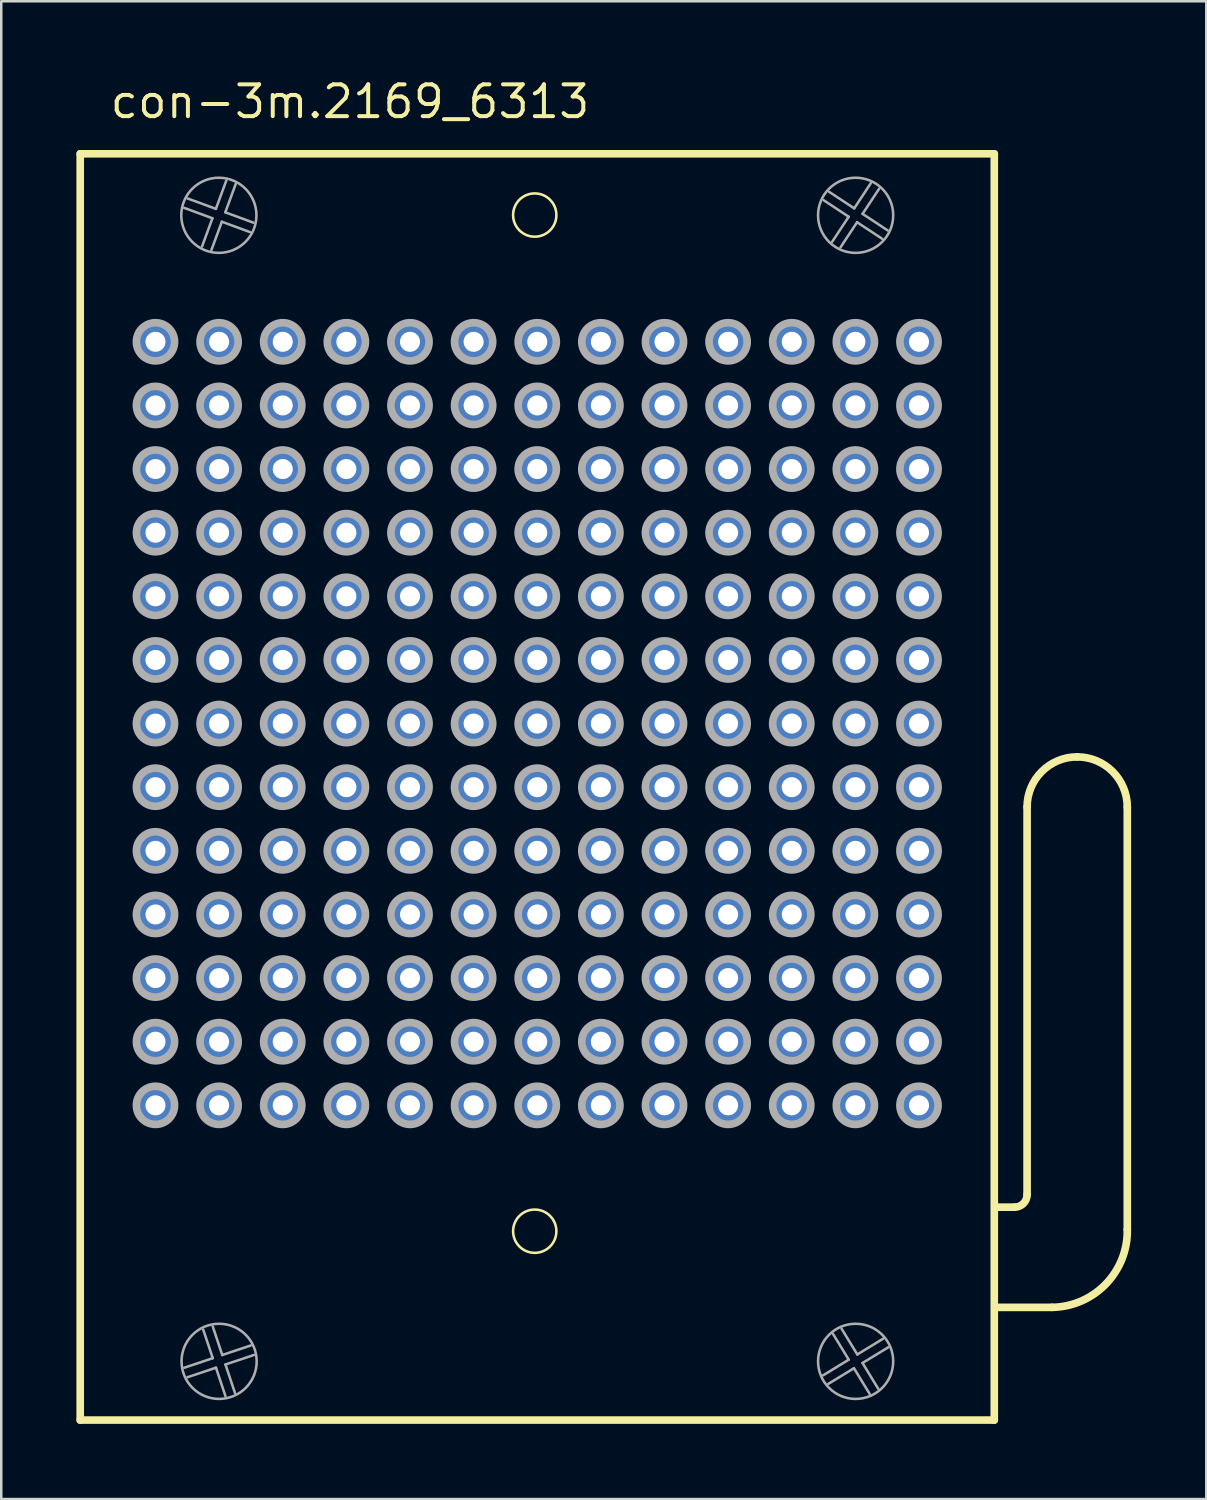
<source format=kicad_pcb>
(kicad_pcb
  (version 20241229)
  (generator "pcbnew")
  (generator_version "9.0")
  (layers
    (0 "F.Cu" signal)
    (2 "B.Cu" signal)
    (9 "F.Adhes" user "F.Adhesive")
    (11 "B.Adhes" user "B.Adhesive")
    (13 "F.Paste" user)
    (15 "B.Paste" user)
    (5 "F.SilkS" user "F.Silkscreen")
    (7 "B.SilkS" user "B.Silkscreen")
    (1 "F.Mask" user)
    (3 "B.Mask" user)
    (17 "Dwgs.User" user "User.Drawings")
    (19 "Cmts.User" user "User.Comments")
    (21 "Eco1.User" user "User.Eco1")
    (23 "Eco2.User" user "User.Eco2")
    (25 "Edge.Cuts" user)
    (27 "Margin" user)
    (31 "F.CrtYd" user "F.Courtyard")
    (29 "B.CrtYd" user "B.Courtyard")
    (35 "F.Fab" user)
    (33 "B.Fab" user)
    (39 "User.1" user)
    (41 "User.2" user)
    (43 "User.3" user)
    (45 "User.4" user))
  (footprint "con-3m.2169_6313"
    (layer "F.Cu")
    (at 18.397 25.835)
    (property "Reference" "con-3m.2169_6313" (at -17.135 -24.085 0) (layer "F.SilkS") (effects (font (size 1.27 1.27) (thickness 0.16)) (justify left bottom)))
    (attr through_hole)
    (fp_line (start -18.245 -22.745) (end 18.245 -22.745) (stroke (width 0.305) (type default)) (layer "F.SilkS"))
    (fp_line (start -18.245 27.805) (end -18.245 -22.745) (stroke (width 0.305) (type default)) (layer "F.SilkS"))
    (fp_line (start 18.245 -22.745) (end 18.245 27.805) (stroke (width 0.305) (type default)) (layer "F.SilkS"))
    (fp_line (start 18.245 27.805) (end -18.245 27.805) (stroke (width 0.305) (type default)) (layer "F.SilkS"))
    (fp_line (start 19.055 19.305) (end 18.291 19.305) (stroke (width 0.305) (type default)) (layer "F.SilkS"))
    (fp_line (start 19.555 18.805) (end 19.555 3.33) (stroke (width 0.305) (type default)) (layer "F.SilkS"))
    (fp_line (start 20.555 23.305) (end 18.291 23.305) (stroke (width 0.305) (type default)) (layer "F.SilkS"))
    (fp_line (start 23.555 3.33) (end 23.555 20.2) (stroke (width 0.305) (type default)) (layer "F.SilkS"))
    (fp_arc (start 19.555 3.33) (mid 20.140786 1.915786) (end 21.555 1.33) (stroke (width 0.3048) (type default)) (layer "F.SilkS"))
    (fp_arc (start 19.555 18.805) (mid 19.408553 19.158553) (end 19.055 19.305) (stroke (width 0.3048) (type default)) (layer "F.SilkS"))
    (fp_arc (start 21.555 1.33) (mid 22.969214 1.915786) (end 23.555 3.33) (stroke (width 0.3048) (type default)) (layer "F.SilkS"))
    (fp_arc (start 23.555 20.2) (mid 22.698067 22.37382) (end 20.555 23.305) (stroke (width 0.3048) (type default)) (layer "F.SilkS"))
    (fp_circle (center -0.1 -20.3) (end 0.764 -20.3) (stroke (width 0.102) (type default)) (fill no) (layer "F.SilkS"))
    (fp_circle (center -0.1 20.265) (end 0.764 20.265) (stroke (width 0.102) (type default)) (fill no) (layer "F.SilkS"))
    (fp_line (start -14.091 25.715) (end -12.953 25.334) (stroke (width 0.102) (type default)) (layer "F.Fab"))
    (fp_line (start -13.955 -20.961) (end -12.829 -20.547) (stroke (width 0.102) (type default)) (layer "F.Fab"))
    (fp_line (start -13.381 -19.045) (end -12.967 -20.171) (stroke (width 0.102) (type default)) (layer "F.Fab"))
    (fp_line (start -12.967 -20.171) (end -14.093 -20.586) (stroke (width 0.102) (type default)) (layer "F.Fab"))
    (fp_line (start -12.954 24.069) (end -12.574 25.207) (stroke (width 0.102) (type default)) (layer "F.Fab"))
    (fp_line (start -12.953 25.334) (end -13.334 24.196) (stroke (width 0.102) (type default)) (layer "F.Fab"))
    (fp_line (start -12.829 -20.547) (end -12.414 -21.673) (stroke (width 0.102) (type default)) (layer "F.Fab"))
    (fp_line (start -12.826 25.713) (end -13.964 26.094) (stroke (width 0.102) (type default)) (layer "F.Fab"))
    (fp_line (start -12.591 -20.033) (end -13.006 -18.907) (stroke (width 0.102) (type default)) (layer "F.Fab"))
    (fp_line (start -12.574 25.207) (end -11.436 24.826) (stroke (width 0.102) (type default)) (layer "F.Fab"))
    (fp_line (start -12.453 -20.409) (end -11.327 -19.994) (stroke (width 0.102) (type default)) (layer "F.Fab"))
    (fp_line (start -12.447 25.586) (end -12.066 26.724) (stroke (width 0.102) (type default)) (layer "F.Fab"))
    (fp_line (start -12.445 26.851) (end -12.826 25.713) (stroke (width 0.102) (type default)) (layer "F.Fab"))
    (fp_line (start -12.039 -21.535) (end -12.453 -20.409) (stroke (width 0.102) (type default)) (layer "F.Fab"))
    (fp_line (start -11.465 -19.619) (end -12.591 -20.033) (stroke (width 0.102) (type default)) (layer "F.Fab"))
    (fp_line (start -11.309 25.205) (end -12.447 25.586) (stroke (width 0.102) (type default)) (layer "F.Fab"))
    (fp_line (start 11.411 26.019) (end 12.435 25.393) (stroke (width 0.102) (type default)) (layer "F.Fab"))
    (fp_line (start 11.651 -21.228) (end 12.653 -20.567) (stroke (width 0.102) (type default)) (layer "F.Fab"))
    (fp_line (start 11.772 -19.231) (end 12.433 -20.233) (stroke (width 0.102) (type default)) (layer "F.Fab"))
    (fp_line (start 12.151 24.161) (end 12.777 25.185) (stroke (width 0.102) (type default)) (layer "F.Fab"))
    (fp_line (start 12.433 -20.233) (end 11.431 -20.894) (stroke (width 0.102) (type default)) (layer "F.Fab"))
    (fp_line (start 12.435 25.393) (end 11.81 24.369) (stroke (width 0.102) (type default)) (layer "F.Fab"))
    (fp_line (start 12.643 25.735) (end 11.619 26.36) (stroke (width 0.102) (type default)) (layer "F.Fab"))
    (fp_line (start 12.653 -20.567) (end 13.314 -21.569) (stroke (width 0.102) (type default)) (layer "F.Fab"))
    (fp_line (start 12.767 -20.013) (end 12.106 -19.011) (stroke (width 0.102) (type default)) (layer "F.Fab"))
    (fp_line (start 12.777 25.185) (end 13.801 24.56) (stroke (width 0.102) (type default)) (layer "F.Fab"))
    (fp_line (start 12.985 25.526) (end 13.61 26.551) (stroke (width 0.102) (type default)) (layer "F.Fab"))
    (fp_line (start 12.987 -20.347) (end 13.989 -19.686) (stroke (width 0.102) (type default)) (layer "F.Fab"))
    (fp_line (start 13.269 26.759) (end 12.643 25.735) (stroke (width 0.102) (type default)) (layer "F.Fab"))
    (fp_line (start 13.648 -21.349) (end 12.987 -20.347) (stroke (width 0.102) (type default)) (layer "F.Fab"))
    (fp_line (start 13.769 -19.352) (end 12.767 -20.013) (stroke (width 0.102) (type default)) (layer "F.Fab"))
    (fp_line (start 14.009 24.901) (end 12.985 25.526) (stroke (width 0.102) (type default)) (layer "F.Fab"))
    (fp_circle (center -15.24 -15.24) (end -14.478 -15.24) (stroke (width 0.305) (type default)) (fill no) (layer "F.Fab"))
    (fp_circle (center -15.24 -12.7) (end -14.478 -12.7) (stroke (width 0.305) (type default)) (fill no) (layer "F.Fab"))
    (fp_circle (center -15.24 -10.16) (end -14.478 -10.16) (stroke (width 0.305) (type default)) (fill no) (layer "F.Fab"))
    (fp_circle (center -15.24 -7.62) (end -14.478 -7.62) (stroke (width 0.305) (type default)) (fill no) (layer "F.Fab"))
    (fp_circle (center -15.24 -5.08) (end -14.478 -5.08) (stroke (width 0.305) (type default)) (fill no) (layer "F.Fab"))
    (fp_circle (center -15.24 -2.54) (end -14.478 -2.54) (stroke (width 0.305) (type default)) (fill no) (layer "F.Fab"))
    (fp_circle (center -15.24 0) (end -14.478 0) (stroke (width 0.305) (type default)) (fill no) (layer "F.Fab"))
    (fp_circle (center -15.24 2.54) (end -14.478 2.54) (stroke (width 0.305) (type default)) (fill no) (layer "F.Fab"))
    (fp_circle (center -15.24 5.08) (end -14.478 5.08) (stroke (width 0.305) (type default)) (fill no) (layer "F.Fab"))
    (fp_circle (center -15.24 7.62) (end -14.478 7.62) (stroke (width 0.305) (type default)) (fill no) (layer "F.Fab"))
    (fp_circle (center -15.24 10.16) (end -14.478 10.16) (stroke (width 0.305) (type default)) (fill no) (layer "F.Fab"))
    (fp_circle (center -15.24 12.7) (end -14.478 12.7) (stroke (width 0.305) (type default)) (fill no) (layer "F.Fab"))
    (fp_circle (center -15.24 15.24) (end -14.478 15.24) (stroke (width 0.305) (type default)) (fill no) (layer "F.Fab"))
    (fp_circle (center -12.71 -20.29) (end -11.21 -20.29) (stroke (width 0.102) (type default)) (fill no) (layer "F.Fab"))
    (fp_circle (center -12.7 -15.24) (end -11.938 -15.24) (stroke (width 0.305) (type default)) (fill no) (layer "F.Fab"))
    (fp_circle (center -12.7 -12.7) (end -11.938 -12.7) (stroke (width 0.305) (type default)) (fill no) (layer "F.Fab"))
    (fp_circle (center -12.7 -10.16) (end -11.938 -10.16) (stroke (width 0.305) (type default)) (fill no) (layer "F.Fab"))
    (fp_circle (center -12.7 -7.62) (end -11.938 -7.62) (stroke (width 0.305) (type default)) (fill no) (layer "F.Fab"))
    (fp_circle (center -12.7 -5.08) (end -11.938 -5.08) (stroke (width 0.305) (type default)) (fill no) (layer "F.Fab"))
    (fp_circle (center -12.7 -2.54) (end -11.938 -2.54) (stroke (width 0.305) (type default)) (fill no) (layer "F.Fab"))
    (fp_circle (center -12.7 0) (end -11.938 0) (stroke (width 0.305) (type default)) (fill no) (layer "F.Fab"))
    (fp_circle (center -12.7 2.54) (end -11.938 2.54) (stroke (width 0.305) (type default)) (fill no) (layer "F.Fab"))
    (fp_circle (center -12.7 5.08) (end -11.938 5.08) (stroke (width 0.305) (type default)) (fill no) (layer "F.Fab"))
    (fp_circle (center -12.7 7.62) (end -11.938 7.62) (stroke (width 0.305) (type default)) (fill no) (layer "F.Fab"))
    (fp_circle (center -12.7 10.16) (end -11.938 10.16) (stroke (width 0.305) (type default)) (fill no) (layer "F.Fab"))
    (fp_circle (center -12.7 12.7) (end -11.938 12.7) (stroke (width 0.305) (type default)) (fill no) (layer "F.Fab"))
    (fp_circle (center -12.7 15.24) (end -11.938 15.24) (stroke (width 0.305) (type default)) (fill no) (layer "F.Fab"))
    (fp_circle (center -12.7 25.46) (end -11.2 25.46) (stroke (width 0.102) (type default)) (fill no) (layer "F.Fab"))
    (fp_circle (center -10.16 -15.24) (end -9.398 -15.24) (stroke (width 0.305) (type default)) (fill no) (layer "F.Fab"))
    (fp_circle (center -10.16 -12.7) (end -9.398 -12.7) (stroke (width 0.305) (type default)) (fill no) (layer "F.Fab"))
    (fp_circle (center -10.16 -10.16) (end -9.398 -10.16) (stroke (width 0.305) (type default)) (fill no) (layer "F.Fab"))
    (fp_circle (center -10.16 -7.62) (end -9.398 -7.62) (stroke (width 0.305) (type default)) (fill no) (layer "F.Fab"))
    (fp_circle (center -10.16 -5.08) (end -9.398 -5.08) (stroke (width 0.305) (type default)) (fill no) (layer "F.Fab"))
    (fp_circle (center -10.16 -2.54) (end -9.398 -2.54) (stroke (width 0.305) (type default)) (fill no) (layer "F.Fab"))
    (fp_circle (center -10.16 0) (end -9.398 0) (stroke (width 0.305) (type default)) (fill no) (layer "F.Fab"))
    (fp_circle (center -10.16 2.54) (end -9.398 2.54) (stroke (width 0.305) (type default)) (fill no) (layer "F.Fab"))
    (fp_circle (center -10.16 5.08) (end -9.398 5.08) (stroke (width 0.305) (type default)) (fill no) (layer "F.Fab"))
    (fp_circle (center -10.16 7.62) (end -9.398 7.62) (stroke (width 0.305) (type default)) (fill no) (layer "F.Fab"))
    (fp_circle (center -10.16 10.16) (end -9.398 10.16) (stroke (width 0.305) (type default)) (fill no) (layer "F.Fab"))
    (fp_circle (center -10.16 12.7) (end -9.398 12.7) (stroke (width 0.305) (type default)) (fill no) (layer "F.Fab"))
    (fp_circle (center -10.16 15.24) (end -9.398 15.24) (stroke (width 0.305) (type default)) (fill no) (layer "F.Fab"))
    (fp_circle (center -7.62 -15.24) (end -6.858 -15.24) (stroke (width 0.305) (type default)) (fill no) (layer "F.Fab"))
    (fp_circle (center -7.62 -12.7) (end -6.858 -12.7) (stroke (width 0.305) (type default)) (fill no) (layer "F.Fab"))
    (fp_circle (center -7.62 -10.16) (end -6.858 -10.16) (stroke (width 0.305) (type default)) (fill no) (layer "F.Fab"))
    (fp_circle (center -7.62 -7.62) (end -6.858 -7.62) (stroke (width 0.305) (type default)) (fill no) (layer "F.Fab"))
    (fp_circle (center -7.62 -5.08) (end -6.858 -5.08) (stroke (width 0.305) (type default)) (fill no) (layer "F.Fab"))
    (fp_circle (center -7.62 -2.54) (end -6.858 -2.54) (stroke (width 0.305) (type default)) (fill no) (layer "F.Fab"))
    (fp_circle (center -7.62 0) (end -6.858 0) (stroke (width 0.305) (type default)) (fill no) (layer "F.Fab"))
    (fp_circle (center -7.62 2.54) (end -6.858 2.54) (stroke (width 0.305) (type default)) (fill no) (layer "F.Fab"))
    (fp_circle (center -7.62 5.08) (end -6.858 5.08) (stroke (width 0.305) (type default)) (fill no) (layer "F.Fab"))
    (fp_circle (center -7.62 7.62) (end -6.858 7.62) (stroke (width 0.305) (type default)) (fill no) (layer "F.Fab"))
    (fp_circle (center -7.62 10.16) (end -6.858 10.16) (stroke (width 0.305) (type default)) (fill no) (layer "F.Fab"))
    (fp_circle (center -7.62 12.7) (end -6.858 12.7) (stroke (width 0.305) (type default)) (fill no) (layer "F.Fab"))
    (fp_circle (center -7.62 15.24) (end -6.858 15.24) (stroke (width 0.305) (type default)) (fill no) (layer "F.Fab"))
    (fp_circle (center -5.08 -15.24) (end -4.318 -15.24) (stroke (width 0.305) (type default)) (fill no) (layer "F.Fab"))
    (fp_circle (center -5.08 -12.7) (end -4.318 -12.7) (stroke (width 0.305) (type default)) (fill no) (layer "F.Fab"))
    (fp_circle (center -5.08 -10.16) (end -4.318 -10.16) (stroke (width 0.305) (type default)) (fill no) (layer "F.Fab"))
    (fp_circle (center -5.08 -7.62) (end -4.318 -7.62) (stroke (width 0.305) (type default)) (fill no) (layer "F.Fab"))
    (fp_circle (center -5.08 -5.08) (end -4.318 -5.08) (stroke (width 0.305) (type default)) (fill no) (layer "F.Fab"))
    (fp_circle (center -5.08 -2.54) (end -4.318 -2.54) (stroke (width 0.305) (type default)) (fill no) (layer "F.Fab"))
    (fp_circle (center -5.08 0) (end -4.318 0) (stroke (width 0.305) (type default)) (fill no) (layer "F.Fab"))
    (fp_circle (center -5.08 2.54) (end -4.318 2.54) (stroke (width 0.305) (type default)) (fill no) (layer "F.Fab"))
    (fp_circle (center -5.08 5.08) (end -4.318 5.08) (stroke (width 0.305) (type default)) (fill no) (layer "F.Fab"))
    (fp_circle (center -5.08 7.62) (end -4.318 7.62) (stroke (width 0.305) (type default)) (fill no) (layer "F.Fab"))
    (fp_circle (center -5.08 10.16) (end -4.318 10.16) (stroke (width 0.305) (type default)) (fill no) (layer "F.Fab"))
    (fp_circle (center -5.08 12.7) (end -4.318 12.7) (stroke (width 0.305) (type default)) (fill no) (layer "F.Fab"))
    (fp_circle (center -5.08 15.24) (end -4.318 15.24) (stroke (width 0.305) (type default)) (fill no) (layer "F.Fab"))
    (fp_circle (center -2.54 -15.24) (end -1.778 -15.24) (stroke (width 0.305) (type default)) (fill no) (layer "F.Fab"))
    (fp_circle (center -2.54 -12.7) (end -1.778 -12.7) (stroke (width 0.305) (type default)) (fill no) (layer "F.Fab"))
    (fp_circle (center -2.54 -10.16) (end -1.778 -10.16) (stroke (width 0.305) (type default)) (fill no) (layer "F.Fab"))
    (fp_circle (center -2.54 -7.62) (end -1.778 -7.62) (stroke (width 0.305) (type default)) (fill no) (layer "F.Fab"))
    (fp_circle (center -2.54 -5.08) (end -1.778 -5.08) (stroke (width 0.305) (type default)) (fill no) (layer "F.Fab"))
    (fp_circle (center -2.54 -2.54) (end -1.778 -2.54) (stroke (width 0.305) (type default)) (fill no) (layer "F.Fab"))
    (fp_circle (center -2.54 0) (end -1.778 0) (stroke (width 0.305) (type default)) (fill no) (layer "F.Fab"))
    (fp_circle (center -2.54 2.54) (end -1.778 2.54) (stroke (width 0.305) (type default)) (fill no) (layer "F.Fab"))
    (fp_circle (center -2.54 5.08) (end -1.778 5.08) (stroke (width 0.305) (type default)) (fill no) (layer "F.Fab"))
    (fp_circle (center -2.54 7.62) (end -1.778 7.62) (stroke (width 0.305) (type default)) (fill no) (layer "F.Fab"))
    (fp_circle (center -2.54 10.16) (end -1.778 10.16) (stroke (width 0.305) (type default)) (fill no) (layer "F.Fab"))
    (fp_circle (center -2.54 12.7) (end -1.778 12.7) (stroke (width 0.305) (type default)) (fill no) (layer "F.Fab"))
    (fp_circle (center -2.54 15.24) (end -1.778 15.24) (stroke (width 0.305) (type default)) (fill no) (layer "F.Fab"))
    (fp_circle (center 0 -15.24) (end 0.762 -15.24) (stroke (width 0.305) (type default)) (fill no) (layer "F.Fab"))
    (fp_circle (center 0 -12.7) (end 0.762 -12.7) (stroke (width 0.305) (type default)) (fill no) (layer "F.Fab"))
    (fp_circle (center 0 -10.16) (end 0.762 -10.16) (stroke (width 0.305) (type default)) (fill no) (layer "F.Fab"))
    (fp_circle (center 0 -7.62) (end 0.762 -7.62) (stroke (width 0.305) (type default)) (fill no) (layer "F.Fab"))
    (fp_circle (center 0 -5.08) (end 0.762 -5.08) (stroke (width 0.305) (type default)) (fill no) (layer "F.Fab"))
    (fp_circle (center 0 -2.54) (end 0.762 -2.54) (stroke (width 0.305) (type default)) (fill no) (layer "F.Fab"))
    (fp_circle (center 0 0) (end 0.762 0) (stroke (width 0.305) (type default)) (fill no) (layer "F.Fab"))
    (fp_circle (center 0 2.54) (end 0.762 2.54) (stroke (width 0.305) (type default)) (fill no) (layer "F.Fab"))
    (fp_circle (center 0 5.08) (end 0.762 5.08) (stroke (width 0.305) (type default)) (fill no) (layer "F.Fab"))
    (fp_circle (center 0 7.62) (end 0.762 7.62) (stroke (width 0.305) (type default)) (fill no) (layer "F.Fab"))
    (fp_circle (center 0 10.16) (end 0.762 10.16) (stroke (width 0.305) (type default)) (fill no) (layer "F.Fab"))
    (fp_circle (center 0 12.7) (end 0.762 12.7) (stroke (width 0.305) (type default)) (fill no) (layer "F.Fab"))
    (fp_circle (center 0 15.24) (end 0.762 15.24) (stroke (width 0.305) (type default)) (fill no) (layer "F.Fab"))
    (fp_circle (center 2.54 -15.24) (end 3.302 -15.24) (stroke (width 0.305) (type default)) (fill no) (layer "F.Fab"))
    (fp_circle (center 2.54 -12.7) (end 3.302 -12.7) (stroke (width 0.305) (type default)) (fill no) (layer "F.Fab"))
    (fp_circle (center 2.54 -10.16) (end 3.302 -10.16) (stroke (width 0.305) (type default)) (fill no) (layer "F.Fab"))
    (fp_circle (center 2.54 -7.62) (end 3.302 -7.62) (stroke (width 0.305) (type default)) (fill no) (layer "F.Fab"))
    (fp_circle (center 2.54 -5.08) (end 3.302 -5.08) (stroke (width 0.305) (type default)) (fill no) (layer "F.Fab"))
    (fp_circle (center 2.54 -2.54) (end 3.302 -2.54) (stroke (width 0.305) (type default)) (fill no) (layer "F.Fab"))
    (fp_circle (center 2.54 0) (end 3.302 0) (stroke (width 0.305) (type default)) (fill no) (layer "F.Fab"))
    (fp_circle (center 2.54 2.54) (end 3.302 2.54) (stroke (width 0.305) (type default)) (fill no) (layer "F.Fab"))
    (fp_circle (center 2.54 5.08) (end 3.302 5.08) (stroke (width 0.305) (type default)) (fill no) (layer "F.Fab"))
    (fp_circle (center 2.54 7.62) (end 3.302 7.62) (stroke (width 0.305) (type default)) (fill no) (layer "F.Fab"))
    (fp_circle (center 2.54 10.16) (end 3.302 10.16) (stroke (width 0.305) (type default)) (fill no) (layer "F.Fab"))
    (fp_circle (center 2.54 12.7) (end 3.302 12.7) (stroke (width 0.305) (type default)) (fill no) (layer "F.Fab"))
    (fp_circle (center 2.54 15.24) (end 3.302 15.24) (stroke (width 0.305) (type default)) (fill no) (layer "F.Fab"))
    (fp_circle (center 5.08 -15.24) (end 5.842 -15.24) (stroke (width 0.305) (type default)) (fill no) (layer "F.Fab"))
    (fp_circle (center 5.08 -12.7) (end 5.842 -12.7) (stroke (width 0.305) (type default)) (fill no) (layer "F.Fab"))
    (fp_circle (center 5.08 -10.16) (end 5.842 -10.16) (stroke (width 0.305) (type default)) (fill no) (layer "F.Fab"))
    (fp_circle (center 5.08 -7.62) (end 5.842 -7.62) (stroke (width 0.305) (type default)) (fill no) (layer "F.Fab"))
    (fp_circle (center 5.08 -5.08) (end 5.842 -5.08) (stroke (width 0.305) (type default)) (fill no) (layer "F.Fab"))
    (fp_circle (center 5.08 -2.54) (end 5.842 -2.54) (stroke (width 0.305) (type default)) (fill no) (layer "F.Fab"))
    (fp_circle (center 5.08 0) (end 5.842 0) (stroke (width 0.305) (type default)) (fill no) (layer "F.Fab"))
    (fp_circle (center 5.08 2.54) (end 5.842 2.54) (stroke (width 0.305) (type default)) (fill no) (layer "F.Fab"))
    (fp_circle (center 5.08 5.08) (end 5.842 5.08) (stroke (width 0.305) (type default)) (fill no) (layer "F.Fab"))
    (fp_circle (center 5.08 7.62) (end 5.842 7.62) (stroke (width 0.305) (type default)) (fill no) (layer "F.Fab"))
    (fp_circle (center 5.08 10.16) (end 5.842 10.16) (stroke (width 0.305) (type default)) (fill no) (layer "F.Fab"))
    (fp_circle (center 5.08 12.7) (end 5.842 12.7) (stroke (width 0.305) (type default)) (fill no) (layer "F.Fab"))
    (fp_circle (center 5.08 15.24) (end 5.842 15.24) (stroke (width 0.305) (type default)) (fill no) (layer "F.Fab"))
    (fp_circle (center 7.62 -15.24) (end 8.382 -15.24) (stroke (width 0.305) (type default)) (fill no) (layer "F.Fab"))
    (fp_circle (center 7.62 -12.7) (end 8.382 -12.7) (stroke (width 0.305) (type default)) (fill no) (layer "F.Fab"))
    (fp_circle (center 7.62 -10.16) (end 8.382 -10.16) (stroke (width 0.305) (type default)) (fill no) (layer "F.Fab"))
    (fp_circle (center 7.62 -7.62) (end 8.382 -7.62) (stroke (width 0.305) (type default)) (fill no) (layer "F.Fab"))
    (fp_circle (center 7.62 -5.08) (end 8.382 -5.08) (stroke (width 0.305) (type default)) (fill no) (layer "F.Fab"))
    (fp_circle (center 7.62 -2.54) (end 8.382 -2.54) (stroke (width 0.305) (type default)) (fill no) (layer "F.Fab"))
    (fp_circle (center 7.62 0) (end 8.382 0) (stroke (width 0.305) (type default)) (fill no) (layer "F.Fab"))
    (fp_circle (center 7.62 2.54) (end 8.382 2.54) (stroke (width 0.305) (type default)) (fill no) (layer "F.Fab"))
    (fp_circle (center 7.62 5.08) (end 8.382 5.08) (stroke (width 0.305) (type default)) (fill no) (layer "F.Fab"))
    (fp_circle (center 7.62 7.62) (end 8.382 7.62) (stroke (width 0.305) (type default)) (fill no) (layer "F.Fab"))
    (fp_circle (center 7.62 10.16) (end 8.382 10.16) (stroke (width 0.305) (type default)) (fill no) (layer "F.Fab"))
    (fp_circle (center 7.62 12.7) (end 8.382 12.7) (stroke (width 0.305) (type default)) (fill no) (layer "F.Fab"))
    (fp_circle (center 7.62 15.24) (end 8.382 15.24) (stroke (width 0.305) (type default)) (fill no) (layer "F.Fab"))
    (fp_circle (center 10.16 -15.24) (end 10.922 -15.24) (stroke (width 0.305) (type default)) (fill no) (layer "F.Fab"))
    (fp_circle (center 10.16 -12.7) (end 10.922 -12.7) (stroke (width 0.305) (type default)) (fill no) (layer "F.Fab"))
    (fp_circle (center 10.16 -10.16) (end 10.922 -10.16) (stroke (width 0.305) (type default)) (fill no) (layer "F.Fab"))
    (fp_circle (center 10.16 -7.62) (end 10.922 -7.62) (stroke (width 0.305) (type default)) (fill no) (layer "F.Fab"))
    (fp_circle (center 10.16 -5.08) (end 10.922 -5.08) (stroke (width 0.305) (type default)) (fill no) (layer "F.Fab"))
    (fp_circle (center 10.16 -2.54) (end 10.922 -2.54) (stroke (width 0.305) (type default)) (fill no) (layer "F.Fab"))
    (fp_circle (center 10.16 0) (end 10.922 0) (stroke (width 0.305) (type default)) (fill no) (layer "F.Fab"))
    (fp_circle (center 10.16 2.54) (end 10.922 2.54) (stroke (width 0.305) (type default)) (fill no) (layer "F.Fab"))
    (fp_circle (center 10.16 5.08) (end 10.922 5.08) (stroke (width 0.305) (type default)) (fill no) (layer "F.Fab"))
    (fp_circle (center 10.16 7.62) (end 10.922 7.62) (stroke (width 0.305) (type default)) (fill no) (layer "F.Fab"))
    (fp_circle (center 10.16 10.16) (end 10.922 10.16) (stroke (width 0.305) (type default)) (fill no) (layer "F.Fab"))
    (fp_circle (center 10.16 12.7) (end 10.922 12.7) (stroke (width 0.305) (type default)) (fill no) (layer "F.Fab"))
    (fp_circle (center 10.16 15.24) (end 10.922 15.24) (stroke (width 0.305) (type default)) (fill no) (layer "F.Fab"))
    (fp_circle (center 12.7 -15.24) (end 13.462 -15.24) (stroke (width 0.305) (type default)) (fill no) (layer "F.Fab"))
    (fp_circle (center 12.7 -12.7) (end 13.462 -12.7) (stroke (width 0.305) (type default)) (fill no) (layer "F.Fab"))
    (fp_circle (center 12.7 -10.16) (end 13.462 -10.16) (stroke (width 0.305) (type default)) (fill no) (layer "F.Fab"))
    (fp_circle (center 12.7 -7.62) (end 13.462 -7.62) (stroke (width 0.305) (type default)) (fill no) (layer "F.Fab"))
    (fp_circle (center 12.7 -5.08) (end 13.462 -5.08) (stroke (width 0.305) (type default)) (fill no) (layer "F.Fab"))
    (fp_circle (center 12.7 -2.54) (end 13.462 -2.54) (stroke (width 0.305) (type default)) (fill no) (layer "F.Fab"))
    (fp_circle (center 12.7 0) (end 13.462 0) (stroke (width 0.305) (type default)) (fill no) (layer "F.Fab"))
    (fp_circle (center 12.7 2.54) (end 13.462 2.54) (stroke (width 0.305) (type default)) (fill no) (layer "F.Fab"))
    (fp_circle (center 12.7 5.08) (end 13.462 5.08) (stroke (width 0.305) (type default)) (fill no) (layer "F.Fab"))
    (fp_circle (center 12.7 7.62) (end 13.462 7.62) (stroke (width 0.305) (type default)) (fill no) (layer "F.Fab"))
    (fp_circle (center 12.7 10.16) (end 13.462 10.16) (stroke (width 0.305) (type default)) (fill no) (layer "F.Fab"))
    (fp_circle (center 12.7 12.7) (end 13.462 12.7) (stroke (width 0.305) (type default)) (fill no) (layer "F.Fab"))
    (fp_circle (center 12.7 15.24) (end 13.462 15.24) (stroke (width 0.305) (type default)) (fill no) (layer "F.Fab"))
    (fp_circle (center 12.71 -20.29) (end 14.21 -20.29) (stroke (width 0.102) (type default)) (fill no) (layer "F.Fab"))
    (fp_circle (center 12.71 25.46) (end 14.21 25.46) (stroke (width 0.102) (type default)) (fill no) (layer "F.Fab"))
    (fp_circle (center 15.24 -15.24) (end 16.002 -15.24) (stroke (width 0.305) (type default)) (fill no) (layer "F.Fab"))
    (fp_circle (center 15.24 -12.7) (end 16.002 -12.7) (stroke (width 0.305) (type default)) (fill no) (layer "F.Fab"))
    (fp_circle (center 15.24 -10.16) (end 16.002 -10.16) (stroke (width 0.305) (type default)) (fill no) (layer "F.Fab"))
    (fp_circle (center 15.24 -7.62) (end 16.002 -7.62) (stroke (width 0.305) (type default)) (fill no) (layer "F.Fab"))
    (fp_circle (center 15.24 -5.08) (end 16.002 -5.08) (stroke (width 0.305) (type default)) (fill no) (layer "F.Fab"))
    (fp_circle (center 15.24 -2.54) (end 16.002 -2.54) (stroke (width 0.305) (type default)) (fill no) (layer "F.Fab"))
    (fp_circle (center 15.24 0) (end 16.002 0) (stroke (width 0.305) (type default)) (fill no) (layer "F.Fab"))
    (fp_circle (center 15.24 2.54) (end 16.002 2.54) (stroke (width 0.305) (type default)) (fill no) (layer "F.Fab"))
    (fp_circle (center 15.24 5.08) (end 16.002 5.08) (stroke (width 0.305) (type default)) (fill no) (layer "F.Fab"))
    (fp_circle (center 15.24 7.62) (end 16.002 7.62) (stroke (width 0.305) (type default)) (fill no) (layer "F.Fab"))
    (fp_circle (center 15.24 10.16) (end 16.002 10.16) (stroke (width 0.305) (type default)) (fill no) (layer "F.Fab"))
    (fp_circle (center 15.24 12.7) (end 16.002 12.7) (stroke (width 0.305) (type default)) (fill no) (layer "F.Fab"))
    (fp_circle (center 15.24 15.24) (end 16.002 15.24) (stroke (width 0.305) (type default)) (fill no) (layer "F.Fab"))
    (pad "A1" thru_hole circle (at -15.24 -15.24) (size 1.4 1.4) (drill 0.8) (layers "*.Cu" "*.Mask"))
    (pad "A2" thru_hole circle (at -12.7 -15.24) (size 1.4 1.4) (drill 0.8) (layers "*.Cu" "*.Mask"))
    (pad "A3" thru_hole circle (at -10.16 -15.24) (size 1.4 1.4) (drill 0.8) (layers "*.Cu" "*.Mask"))
    (pad "A4" thru_hole circle (at -7.62 -15.24) (size 1.4 1.4) (drill 0.8) (layers "*.Cu" "*.Mask"))
    (pad "A5" thru_hole circle (at -5.08 -15.24) (size 1.4 1.4) (drill 0.8) (layers "*.Cu" "*.Mask"))
    (pad "A6" thru_hole circle (at -2.54 -15.24) (size 1.4 1.4) (drill 0.8) (layers "*.Cu" "*.Mask"))
    (pad "A7" thru_hole circle (at 0 -15.24) (size 1.4 1.4) (drill 0.8) (layers "*.Cu" "*.Mask"))
    (pad "A8" thru_hole circle (at 2.54 -15.24) (size 1.4 1.4) (drill 0.8) (layers "*.Cu" "*.Mask"))
    (pad "A9" thru_hole circle (at 5.08 -15.24) (size 1.4 1.4) (drill 0.8) (layers "*.Cu" "*.Mask"))
    (pad "A10" thru_hole circle (at 7.62 -15.24) (size 1.4 1.4) (drill 0.8) (layers "*.Cu" "*.Mask"))
    (pad "A11" thru_hole circle (at 10.16 -15.24) (size 1.4 1.4) (drill 0.8) (layers "*.Cu" "*.Mask"))
    (pad "A12" thru_hole circle (at 12.7 -15.24) (size 1.4 1.4) (drill 0.8) (layers "*.Cu" "*.Mask"))
    (pad "A13" thru_hole circle (at 15.24 -15.24) (size 1.4 1.4) (drill 0.8) (layers "*.Cu" "*.Mask"))
    (pad "B1" thru_hole circle (at -15.24 -12.7) (size 1.4 1.4) (drill 0.8) (layers "*.Cu" "*.Mask"))
    (pad "B2" thru_hole circle (at -12.7 -12.7) (size 1.4 1.4) (drill 0.8) (layers "*.Cu" "*.Mask"))
    (pad "B3" thru_hole circle (at -10.16 -12.7) (size 1.4 1.4) (drill 0.8) (layers "*.Cu" "*.Mask"))
    (pad "B4" thru_hole circle (at -7.62 -12.7) (size 1.4 1.4) (drill 0.8) (layers "*.Cu" "*.Mask"))
    (pad "B5" thru_hole circle (at -5.08 -12.7) (size 1.4 1.4) (drill 0.8) (layers "*.Cu" "*.Mask"))
    (pad "B6" thru_hole circle (at -2.54 -12.7) (size 1.4 1.4) (drill 0.8) (layers "*.Cu" "*.Mask"))
    (pad "B7" thru_hole circle (at 0 -12.7) (size 1.4 1.4) (drill 0.8) (layers "*.Cu" "*.Mask"))
    (pad "B8" thru_hole circle (at 2.54 -12.7) (size 1.4 1.4) (drill 0.8) (layers "*.Cu" "*.Mask"))
    (pad "B9" thru_hole circle (at 5.08 -12.7) (size 1.4 1.4) (drill 0.8) (layers "*.Cu" "*.Mask"))
    (pad "B10" thru_hole circle (at 7.62 -12.7) (size 1.4 1.4) (drill 0.8) (layers "*.Cu" "*.Mask"))
    (pad "B11" thru_hole circle (at 10.16 -12.7) (size 1.4 1.4) (drill 0.8) (layers "*.Cu" "*.Mask"))
    (pad "B12" thru_hole circle (at 12.7 -12.7) (size 1.4 1.4) (drill 0.8) (layers "*.Cu" "*.Mask"))
    (pad "B13" thru_hole circle (at 15.24 -12.7) (size 1.4 1.4) (drill 0.8) (layers "*.Cu" "*.Mask"))
    (pad "C1" thru_hole circle (at -15.24 -10.16) (size 1.4 1.4) (drill 0.8) (layers "*.Cu" "*.Mask"))
    (pad "C2" thru_hole circle (at -12.7 -10.16) (size 1.4 1.4) (drill 0.8) (layers "*.Cu" "*.Mask"))
    (pad "C3" thru_hole circle (at -10.16 -10.16) (size 1.4 1.4) (drill 0.8) (layers "*.Cu" "*.Mask"))
    (pad "C4" thru_hole circle (at -7.62 -10.16) (size 1.4 1.4) (drill 0.8) (layers "*.Cu" "*.Mask"))
    (pad "C5" thru_hole circle (at -5.08 -10.16) (size 1.4 1.4) (drill 0.8) (layers "*.Cu" "*.Mask"))
    (pad "C6" thru_hole circle (at -2.54 -10.16) (size 1.4 1.4) (drill 0.8) (layers "*.Cu" "*.Mask"))
    (pad "C7" thru_hole circle (at 0 -10.16) (size 1.4 1.4) (drill 0.8) (layers "*.Cu" "*.Mask"))
    (pad "C8" thru_hole circle (at 2.54 -10.16) (size 1.4 1.4) (drill 0.8) (layers "*.Cu" "*.Mask"))
    (pad "C9" thru_hole circle (at 5.08 -10.16) (size 1.4 1.4) (drill 0.8) (layers "*.Cu" "*.Mask"))
    (pad "C10" thru_hole circle (at 7.62 -10.16) (size 1.4 1.4) (drill 0.8) (layers "*.Cu" "*.Mask"))
    (pad "C11" thru_hole circle (at 10.16 -10.16) (size 1.4 1.4) (drill 0.8) (layers "*.Cu" "*.Mask"))
    (pad "C12" thru_hole circle (at 12.7 -10.16) (size 1.4 1.4) (drill 0.8) (layers "*.Cu" "*.Mask"))
    (pad "C13" thru_hole circle (at 15.24 -10.16) (size 1.4 1.4) (drill 0.8) (layers "*.Cu" "*.Mask"))
    (pad "D1" thru_hole circle (at -15.24 -7.62) (size 1.4 1.4) (drill 0.8) (layers "*.Cu" "*.Mask"))
    (pad "D2" thru_hole circle (at -12.7 -7.62) (size 1.4 1.4) (drill 0.8) (layers "*.Cu" "*.Mask"))
    (pad "D3" thru_hole circle (at -10.16 -7.62) (size 1.4 1.4) (drill 0.8) (layers "*.Cu" "*.Mask"))
    (pad "D4" thru_hole circle (at -7.62 -7.62) (size 1.4 1.4) (drill 0.8) (layers "*.Cu" "*.Mask"))
    (pad "D5" thru_hole circle (at -5.08 -7.62) (size 1.4 1.4) (drill 0.8) (layers "*.Cu" "*.Mask"))
    (pad "D6" thru_hole circle (at -2.54 -7.62) (size 1.4 1.4) (drill 0.8) (layers "*.Cu" "*.Mask"))
    (pad "D7" thru_hole circle (at 0 -7.62) (size 1.4 1.4) (drill 0.8) (layers "*.Cu" "*.Mask"))
    (pad "D8" thru_hole circle (at 2.54 -7.62) (size 1.4 1.4) (drill 0.8) (layers "*.Cu" "*.Mask"))
    (pad "D9" thru_hole circle (at 5.08 -7.62) (size 1.4 1.4) (drill 0.8) (layers "*.Cu" "*.Mask"))
    (pad "D10" thru_hole circle (at 7.62 -7.62) (size 1.4 1.4) (drill 0.8) (layers "*.Cu" "*.Mask"))
    (pad "D11" thru_hole circle (at 10.16 -7.62) (size 1.4 1.4) (drill 0.8) (layers "*.Cu" "*.Mask"))
    (pad "D12" thru_hole circle (at 12.7 -7.62) (size 1.4 1.4) (drill 0.8) (layers "*.Cu" "*.Mask"))
    (pad "D13" thru_hole circle (at 15.24 -7.62) (size 1.4 1.4) (drill 0.8) (layers "*.Cu" "*.Mask"))
    (pad "E1" thru_hole circle (at -15.24 -5.08) (size 1.4 1.4) (drill 0.8) (layers "*.Cu" "*.Mask"))
    (pad "E2" thru_hole circle (at -12.7 -5.08) (size 1.4 1.4) (drill 0.8) (layers "*.Cu" "*.Mask"))
    (pad "E3" thru_hole circle (at -10.16 -5.08) (size 1.4 1.4) (drill 0.8) (layers "*.Cu" "*.Mask"))
    (pad "E4" thru_hole circle (at -7.62 -5.08) (size 1.4 1.4) (drill 0.8) (layers "*.Cu" "*.Mask"))
    (pad "E5" thru_hole circle (at -5.08 -5.08) (size 1.4 1.4) (drill 0.8) (layers "*.Cu" "*.Mask"))
    (pad "E6" thru_hole circle (at -2.54 -5.08) (size 1.4 1.4) (drill 0.8) (layers "*.Cu" "*.Mask"))
    (pad "E7" thru_hole circle (at 0 -5.08) (size 1.4 1.4) (drill 0.8) (layers "*.Cu" "*.Mask"))
    (pad "E8" thru_hole circle (at 2.54 -5.08) (size 1.4 1.4) (drill 0.8) (layers "*.Cu" "*.Mask"))
    (pad "E9" thru_hole circle (at 5.08 -5.08) (size 1.4 1.4) (drill 0.8) (layers "*.Cu" "*.Mask"))
    (pad "E10" thru_hole circle (at 7.62 -5.08) (size 1.4 1.4) (drill 0.8) (layers "*.Cu" "*.Mask"))
    (pad "E11" thru_hole circle (at 10.16 -5.08) (size 1.4 1.4) (drill 0.8) (layers "*.Cu" "*.Mask"))
    (pad "E12" thru_hole circle (at 12.7 -5.08) (size 1.4 1.4) (drill 0.8) (layers "*.Cu" "*.Mask"))
    (pad "E13" thru_hole circle (at 15.24 -5.08) (size 1.4 1.4) (drill 0.8) (layers "*.Cu" "*.Mask"))
    (pad "F1" thru_hole circle (at -15.24 -2.54) (size 1.4 1.4) (drill 0.8) (layers "*.Cu" "*.Mask"))
    (pad "F2" thru_hole circle (at -12.7 -2.54) (size 1.4 1.4) (drill 0.8) (layers "*.Cu" "*.Mask"))
    (pad "F3" thru_hole circle (at -10.16 -2.54) (size 1.4 1.4) (drill 0.8) (layers "*.Cu" "*.Mask"))
    (pad "F4" thru_hole circle (at -7.62 -2.54) (size 1.4 1.4) (drill 0.8) (layers "*.Cu" "*.Mask"))
    (pad "F5" thru_hole circle (at -5.08 -2.54) (size 1.4 1.4) (drill 0.8) (layers "*.Cu" "*.Mask"))
    (pad "F6" thru_hole circle (at -2.54 -2.54) (size 1.4 1.4) (drill 0.8) (layers "*.Cu" "*.Mask"))
    (pad "F7" thru_hole circle (at 0 -2.54) (size 1.4 1.4) (drill 0.8) (layers "*.Cu" "*.Mask"))
    (pad "F8" thru_hole circle (at 2.54 -2.54) (size 1.4 1.4) (drill 0.8) (layers "*.Cu" "*.Mask"))
    (pad "F9" thru_hole circle (at 5.08 -2.54) (size 1.4 1.4) (drill 0.8) (layers "*.Cu" "*.Mask"))
    (pad "F10" thru_hole circle (at 7.62 -2.54) (size 1.4 1.4) (drill 0.8) (layers "*.Cu" "*.Mask"))
    (pad "F11" thru_hole circle (at 10.16 -2.54) (size 1.4 1.4) (drill 0.8) (layers "*.Cu" "*.Mask"))
    (pad "F12" thru_hole circle (at 12.7 -2.54) (size 1.4 1.4) (drill 0.8) (layers "*.Cu" "*.Mask"))
    (pad "F13" thru_hole circle (at 15.24 -2.54) (size 1.4 1.4) (drill 0.8) (layers "*.Cu" "*.Mask"))
    (pad "G1" thru_hole circle (at -15.24 0) (size 1.4 1.4) (drill 0.8) (layers "*.Cu" "*.Mask"))
    (pad "G2" thru_hole circle (at -12.7 0) (size 1.4 1.4) (drill 0.8) (layers "*.Cu" "*.Mask"))
    (pad "G3" thru_hole circle (at -10.16 0) (size 1.4 1.4) (drill 0.8) (layers "*.Cu" "*.Mask"))
    (pad "G4" thru_hole circle (at -7.62 0) (size 1.4 1.4) (drill 0.8) (layers "*.Cu" "*.Mask"))
    (pad "G5" thru_hole circle (at -5.08 0) (size 1.4 1.4) (drill 0.8) (layers "*.Cu" "*.Mask"))
    (pad "G6" thru_hole circle (at -2.54 0) (size 1.4 1.4) (drill 0.8) (layers "*.Cu" "*.Mask"))
    (pad "G7" thru_hole circle (at 0 0) (size 1.4 1.4) (drill 0.8) (layers "*.Cu" "*.Mask"))
    (pad "G8" thru_hole circle (at 2.54 0) (size 1.4 1.4) (drill 0.8) (layers "*.Cu" "*.Mask"))
    (pad "G9" thru_hole circle (at 5.08 0) (size 1.4 1.4) (drill 0.8) (layers "*.Cu" "*.Mask"))
    (pad "G10" thru_hole circle (at 7.62 0) (size 1.4 1.4) (drill 0.8) (layers "*.Cu" "*.Mask"))
    (pad "G11" thru_hole circle (at 10.16 0) (size 1.4 1.4) (drill 0.8) (layers "*.Cu" "*.Mask"))
    (pad "G12" thru_hole circle (at 12.7 0) (size 1.4 1.4) (drill 0.8) (layers "*.Cu" "*.Mask"))
    (pad "G13" thru_hole circle (at 15.24 0) (size 1.4 1.4) (drill 0.8) (layers "*.Cu" "*.Mask"))
    (pad "H1" thru_hole circle (at -15.24 2.54) (size 1.4 1.4) (drill 0.8) (layers "*.Cu" "*.Mask"))
    (pad "H2" thru_hole circle (at -12.7 2.54) (size 1.4 1.4) (drill 0.8) (layers "*.Cu" "*.Mask"))
    (pad "H3" thru_hole circle (at -10.16 2.54) (size 1.4 1.4) (drill 0.8) (layers "*.Cu" "*.Mask"))
    (pad "H4" thru_hole circle (at -7.62 2.54) (size 1.4 1.4) (drill 0.8) (layers "*.Cu" "*.Mask"))
    (pad "H5" thru_hole circle (at -5.08 2.54) (size 1.4 1.4) (drill 0.8) (layers "*.Cu" "*.Mask"))
    (pad "H6" thru_hole circle (at -2.54 2.54) (size 1.4 1.4) (drill 0.8) (layers "*.Cu" "*.Mask"))
    (pad "H7" thru_hole circle (at 0 2.54) (size 1.4 1.4) (drill 0.8) (layers "*.Cu" "*.Mask"))
    (pad "H8" thru_hole circle (at 2.54 2.54) (size 1.4 1.4) (drill 0.8) (layers "*.Cu" "*.Mask"))
    (pad "H9" thru_hole circle (at 5.08 2.54) (size 1.4 1.4) (drill 0.8) (layers "*.Cu" "*.Mask"))
    (pad "H10" thru_hole circle (at 7.62 2.54) (size 1.4 1.4) (drill 0.8) (layers "*.Cu" "*.Mask"))
    (pad "H11" thru_hole circle (at 10.16 2.54) (size 1.4 1.4) (drill 0.8) (layers "*.Cu" "*.Mask"))
    (pad "H12" thru_hole circle (at 12.7 2.54) (size 1.4 1.4) (drill 0.8) (layers "*.Cu" "*.Mask"))
    (pad "H13" thru_hole circle (at 15.24 2.54) (size 1.4 1.4) (drill 0.8) (layers "*.Cu" "*.Mask"))
    (pad "J1" thru_hole circle (at -15.24 5.08) (size 1.4 1.4) (drill 0.8) (layers "*.Cu" "*.Mask"))
    (pad "J2" thru_hole circle (at -12.7 5.08) (size 1.4 1.4) (drill 0.8) (layers "*.Cu" "*.Mask"))
    (pad "J3" thru_hole circle (at -10.16 5.08) (size 1.4 1.4) (drill 0.8) (layers "*.Cu" "*.Mask"))
    (pad "J4" thru_hole circle (at -7.62 5.08) (size 1.4 1.4) (drill 0.8) (layers "*.Cu" "*.Mask"))
    (pad "J5" thru_hole circle (at -5.08 5.08) (size 1.4 1.4) (drill 0.8) (layers "*.Cu" "*.Mask"))
    (pad "J6" thru_hole circle (at -2.54 5.08) (size 1.4 1.4) (drill 0.8) (layers "*.Cu" "*.Mask"))
    (pad "J7" thru_hole circle (at 0 5.08) (size 1.4 1.4) (drill 0.8) (layers "*.Cu" "*.Mask"))
    (pad "J8" thru_hole circle (at 2.54 5.08) (size 1.4 1.4) (drill 0.8) (layers "*.Cu" "*.Mask"))
    (pad "J9" thru_hole circle (at 5.08 5.08) (size 1.4 1.4) (drill 0.8) (layers "*.Cu" "*.Mask"))
    (pad "J10" thru_hole circle (at 7.62 5.08) (size 1.4 1.4) (drill 0.8) (layers "*.Cu" "*.Mask"))
    (pad "J11" thru_hole circle (at 10.16 5.08) (size 1.4 1.4) (drill 0.8) (layers "*.Cu" "*.Mask"))
    (pad "J12" thru_hole circle (at 12.7 5.08) (size 1.4 1.4) (drill 0.8) (layers "*.Cu" "*.Mask"))
    (pad "J13" thru_hole circle (at 15.24 5.08) (size 1.4 1.4) (drill 0.8) (layers "*.Cu" "*.Mask"))
    (pad "K1" thru_hole circle (at -15.24 7.62) (size 1.4 1.4) (drill 0.8) (layers "*.Cu" "*.Mask"))
    (pad "K2" thru_hole circle (at -12.7 7.62) (size 1.4 1.4) (drill 0.8) (layers "*.Cu" "*.Mask"))
    (pad "K3" thru_hole circle (at -10.16 7.62) (size 1.4 1.4) (drill 0.8) (layers "*.Cu" "*.Mask"))
    (pad "K4" thru_hole circle (at -7.62 7.62) (size 1.4 1.4) (drill 0.8) (layers "*.Cu" "*.Mask"))
    (pad "K5" thru_hole circle (at -5.08 7.62) (size 1.4 1.4) (drill 0.8) (layers "*.Cu" "*.Mask"))
    (pad "K6" thru_hole circle (at -2.54 7.62) (size 1.4 1.4) (drill 0.8) (layers "*.Cu" "*.Mask"))
    (pad "K7" thru_hole circle (at 0 7.62) (size 1.4 1.4) (drill 0.8) (layers "*.Cu" "*.Mask"))
    (pad "K8" thru_hole circle (at 2.54 7.62) (size 1.4 1.4) (drill 0.8) (layers "*.Cu" "*.Mask"))
    (pad "K9" thru_hole circle (at 5.08 7.62) (size 1.4 1.4) (drill 0.8) (layers "*.Cu" "*.Mask"))
    (pad "K10" thru_hole circle (at 7.62 7.62) (size 1.4 1.4) (drill 0.8) (layers "*.Cu" "*.Mask"))
    (pad "K11" thru_hole circle (at 10.16 7.62) (size 1.4 1.4) (drill 0.8) (layers "*.Cu" "*.Mask"))
    (pad "K12" thru_hole circle (at 12.7 7.62) (size 1.4 1.4) (drill 0.8) (layers "*.Cu" "*.Mask"))
    (pad "K13" thru_hole circle (at 15.24 7.62) (size 1.4 1.4) (drill 0.8) (layers "*.Cu" "*.Mask"))
    (pad "L1" thru_hole circle (at -15.24 10.16) (size 1.4 1.4) (drill 0.8) (layers "*.Cu" "*.Mask"))
    (pad "L2" thru_hole circle (at -12.7 10.16) (size 1.4 1.4) (drill 0.8) (layers "*.Cu" "*.Mask"))
    (pad "L3" thru_hole circle (at -10.16 10.16) (size 1.4 1.4) (drill 0.8) (layers "*.Cu" "*.Mask"))
    (pad "L4" thru_hole circle (at -7.62 10.16) (size 1.4 1.4) (drill 0.8) (layers "*.Cu" "*.Mask"))
    (pad "L5" thru_hole circle (at -5.08 10.16) (size 1.4 1.4) (drill 0.8) (layers "*.Cu" "*.Mask"))
    (pad "L6" thru_hole circle (at -2.54 10.16) (size 1.4 1.4) (drill 0.8) (layers "*.Cu" "*.Mask"))
    (pad "L7" thru_hole circle (at 0 10.16) (size 1.4 1.4) (drill 0.8) (layers "*.Cu" "*.Mask"))
    (pad "L8" thru_hole circle (at 2.54 10.16) (size 1.4 1.4) (drill 0.8) (layers "*.Cu" "*.Mask"))
    (pad "L9" thru_hole circle (at 5.08 10.16) (size 1.4 1.4) (drill 0.8) (layers "*.Cu" "*.Mask"))
    (pad "L10" thru_hole circle (at 7.62 10.16) (size 1.4 1.4) (drill 0.8) (layers "*.Cu" "*.Mask"))
    (pad "L11" thru_hole circle (at 10.16 10.16) (size 1.4 1.4) (drill 0.8) (layers "*.Cu" "*.Mask"))
    (pad "L12" thru_hole circle (at 12.7 10.16) (size 1.4 1.4) (drill 0.8) (layers "*.Cu" "*.Mask"))
    (pad "L13" thru_hole circle (at 15.24 10.16) (size 1.4 1.4) (drill 0.8) (layers "*.Cu" "*.Mask"))
    (pad "M1" thru_hole circle (at -15.24 12.7) (size 1.4 1.4) (drill 0.8) (layers "*.Cu" "*.Mask"))
    (pad "M2" thru_hole circle (at -12.7 12.7) (size 1.4 1.4) (drill 0.8) (layers "*.Cu" "*.Mask"))
    (pad "M3" thru_hole circle (at -10.16 12.7) (size 1.4 1.4) (drill 0.8) (layers "*.Cu" "*.Mask"))
    (pad "M4" thru_hole circle (at -7.62 12.7) (size 1.4 1.4) (drill 0.8) (layers "*.Cu" "*.Mask"))
    (pad "M5" thru_hole circle (at -5.08 12.7) (size 1.4 1.4) (drill 0.8) (layers "*.Cu" "*.Mask"))
    (pad "M6" thru_hole circle (at -2.54 12.7) (size 1.4 1.4) (drill 0.8) (layers "*.Cu" "*.Mask"))
    (pad "M7" thru_hole circle (at 0 12.7) (size 1.4 1.4) (drill 0.8) (layers "*.Cu" "*.Mask"))
    (pad "M8" thru_hole circle (at 2.54 12.7) (size 1.4 1.4) (drill 0.8) (layers "*.Cu" "*.Mask"))
    (pad "M9" thru_hole circle (at 5.08 12.7) (size 1.4 1.4) (drill 0.8) (layers "*.Cu" "*.Mask"))
    (pad "M10" thru_hole circle (at 7.62 12.7) (size 1.4 1.4) (drill 0.8) (layers "*.Cu" "*.Mask"))
    (pad "M11" thru_hole circle (at 10.16 12.7) (size 1.4 1.4) (drill 0.8) (layers "*.Cu" "*.Mask"))
    (pad "M12" thru_hole circle (at 12.7 12.7) (size 1.4 1.4) (drill 0.8) (layers "*.Cu" "*.Mask"))
    (pad "M13" thru_hole circle (at 15.24 12.7) (size 1.4 1.4) (drill 0.8) (layers "*.Cu" "*.Mask"))
    (pad "N1" thru_hole circle (at -15.24 15.24) (size 1.4 1.4) (drill 0.8) (layers "*.Cu" "*.Mask"))
    (pad "N2" thru_hole circle (at -12.7 15.24) (size 1.4 1.4) (drill 0.8) (layers "*.Cu" "*.Mask"))
    (pad "N3" thru_hole circle (at -10.16 15.24) (size 1.4 1.4) (drill 0.8) (layers "*.Cu" "*.Mask"))
    (pad "N4" thru_hole circle (at -7.62 15.24) (size 1.4 1.4) (drill 0.8) (layers "*.Cu" "*.Mask"))
    (pad "N5" thru_hole circle (at -5.08 15.24) (size 1.4 1.4) (drill 0.8) (layers "*.Cu" "*.Mask"))
    (pad "N6" thru_hole circle (at -2.54 15.24) (size 1.4 1.4) (drill 0.8) (layers "*.Cu" "*.Mask"))
    (pad "N7" thru_hole circle (at 0 15.24) (size 1.4 1.4) (drill 0.8) (layers "*.Cu" "*.Mask"))
    (pad "N8" thru_hole circle (at 2.54 15.24) (size 1.4 1.4) (drill 0.8) (layers "*.Cu" "*.Mask"))
    (pad "N9" thru_hole circle (at 5.08 15.24) (size 1.4 1.4) (drill 0.8) (layers "*.Cu" "*.Mask"))
    (pad "N10" thru_hole circle (at 7.62 15.24) (size 1.4 1.4) (drill 0.8) (layers "*.Cu" "*.Mask"))
    (pad "N11" thru_hole circle (at 10.16 15.24) (size 1.4 1.4) (drill 0.8) (layers "*.Cu" "*.Mask"))
    (pad "N12" thru_hole circle (at 12.7 15.24) (size 1.4 1.4) (drill 0.8) (layers "*.Cu" "*.Mask"))
    (pad "N13" thru_hole circle (at 15.24 15.24) (size 1.4 1.4) (drill 0.8) (layers "*.Cu" "*.Mask")))
  (gr_rect
    (start -3 -3)
    (end 45.105 56.792)
    (stroke (width 0.1) (type default))
    (fill no)
    (layer "Edge.Cuts")))
</source>
